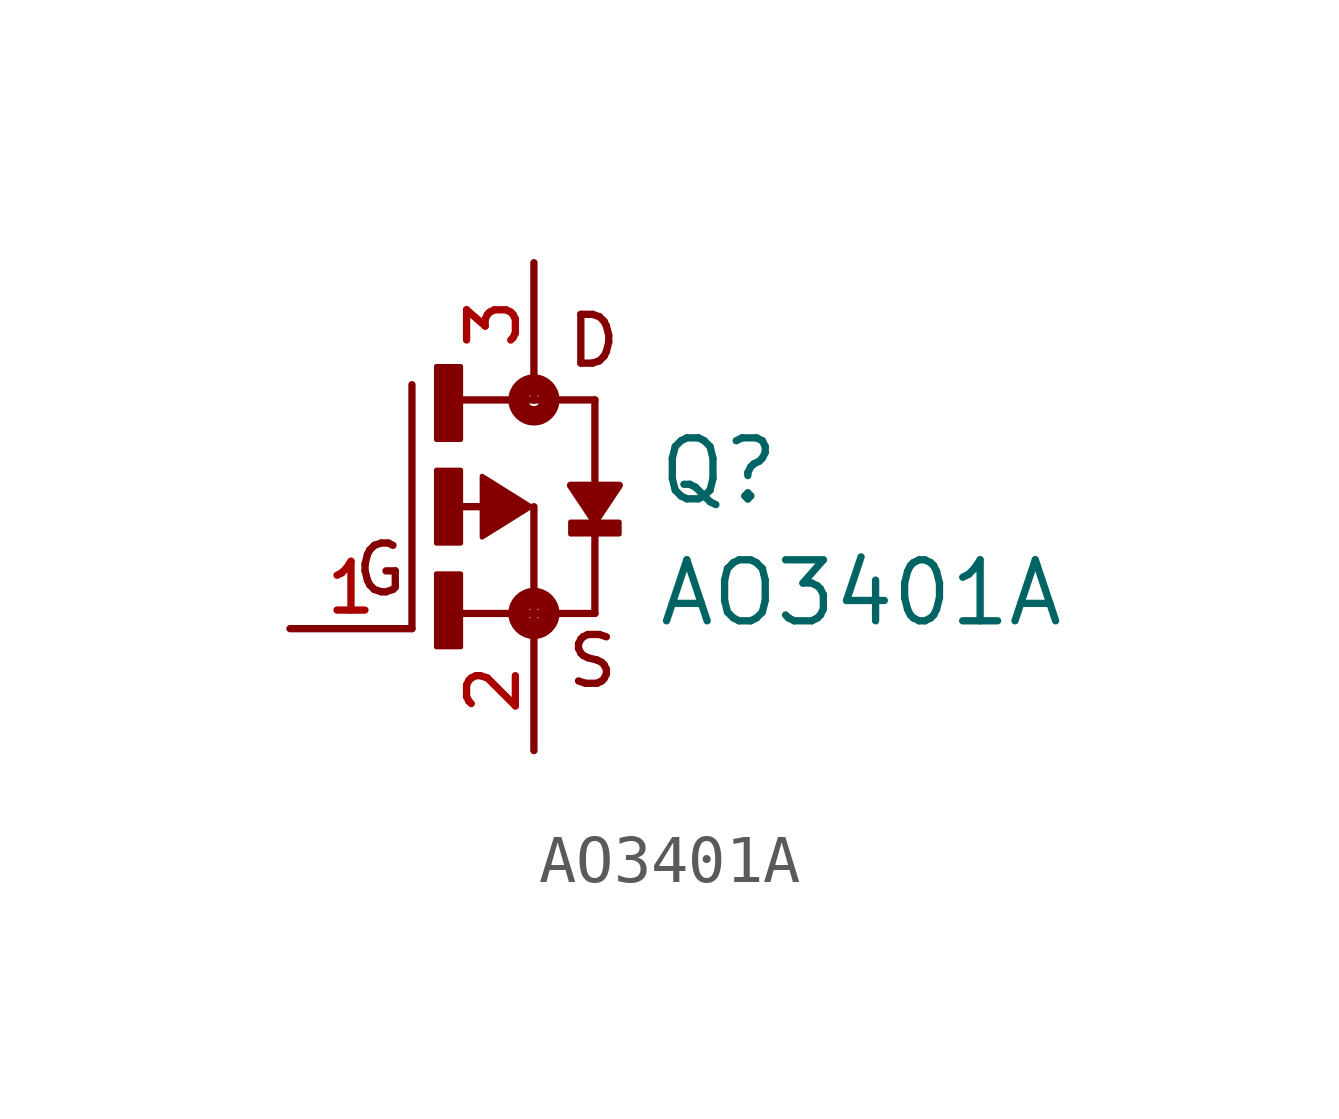
<source format=kicad_sym>
(kicad_symbol_lib
  (version 20211014)
  (generator kicad_symbol_editor)
  (symbol "AO3401A"
    (pin_names
      (offset 1.016))
    (property "Reference" "Q"
      (at 2.54 0.0 0)
      (effects (font (size 1.27 1.27)) (justify bottom left)))
    (property "Value" "AO3401A"
      (at 2.54 -2.54 0)
      (effects (font (size 1.27 1.27)) (justify bottom left)))
    (symbol "AO3401A_0_0"
      (polyline (pts (xy -1.079 0.0) (xy -1.905 0.0)) (stroke (width 0.152)))
      (polyline (pts (xy -1.905 -2.223) (xy 0.0 -2.223)) (stroke (width 0.152)))
      (polyline (pts (xy -2.54 -2.54) (xy -2.54 2.54)) (stroke (width 0.152)))
      (polyline (pts (xy 0.0 0.0) (xy 0.0 -2.223)) (stroke (width 0.152)))
      (polyline (pts (xy 1.27 -2.223) (xy 0.0 -2.223)) (stroke (width 0.152)))
      (polyline (pts (xy -1.587 2.223) (xy 0.0 2.223)) (stroke (width 0.152)))
      (polyline (pts (xy 0.0 2.223) (xy 1.27 2.223)) (stroke (width 0.152)))
      (polyline (pts (xy 0.0 -2.223) (xy 0.0 -2.54)) (stroke (width 0.152)))
      (polyline (pts (xy 1.27 2.223) (xy 1.27 -2.223)) (stroke (width 0.152)))
      (polyline (pts (xy 0.0 2.54) (xy 0.0 2.223)) (stroke (width 0.152)))
      (circle (center 0.0 -2.223) (radius 0.127) (stroke (width 0.406)) (fill (type none)))
      (circle (center 0.0 2.223) (radius 0.127) (stroke (width 0.406)) (fill (type none)))
      (text "D" (at 0.635 2.857 0) (effects (font (size 1.016 1.016)) (justify bottom left)))
      (text "S" (at 0.635 -3.81 0) (effects (font (size 1.016 1.016)) (justify bottom left)))
      (text "G" (at -3.81 -1.905 0) (effects (font (size 1.016 1.016)) (justify bottom left)))
      (rectangle (start -2.032 1.397) (end -1.524 2.921) (stroke (width 0.1)) (fill (type outline)))
      (rectangle (start -2.032 -0.762) (end -1.524 0.762) (stroke (width 0.1)) (fill (type outline)))
      (rectangle (start -2.032 -2.921) (end -1.524 -1.397) (stroke (width 0.1)) (fill (type outline)))
      (rectangle (start 0.762 -0.572) (end 1.778 -0.318) (stroke (width 0.1)) (fill (type outline)))
      (polyline (pts (xy -0.064 0.0) (xy -1.079 -0.635) (xy -1.079 0.635) (xy -0.064 0.0)) (stroke (width 0.102)) (fill (type outline)))
      (polyline (pts (xy 1.27 -0.318) (xy 1.778 0.445) (xy 0.762 0.445) (xy 1.27 -0.318)) (stroke (width 0.152)) (fill (type outline)))
      (pin passive line (at 0.0 5.08 270.0) (length 2.54) (name "~" (effects (font (size 1.016 1.016)))) (number "3" (effects (font (size 1.016 1.016)))))
      (pin passive line (at 0.0 -5.08 90.0) (length 2.54) (name "~" (effects (font (size 1.016 1.016)))) (number "2" (effects (font (size 1.016 1.016)))))
      (pin passive line (at -5.08 -2.54 0) (length 2.54) (name "~" (effects (font (size 1.016 1.016)))) (number "1" (effects (font (size 1.016 1.016))))))))
</source>
